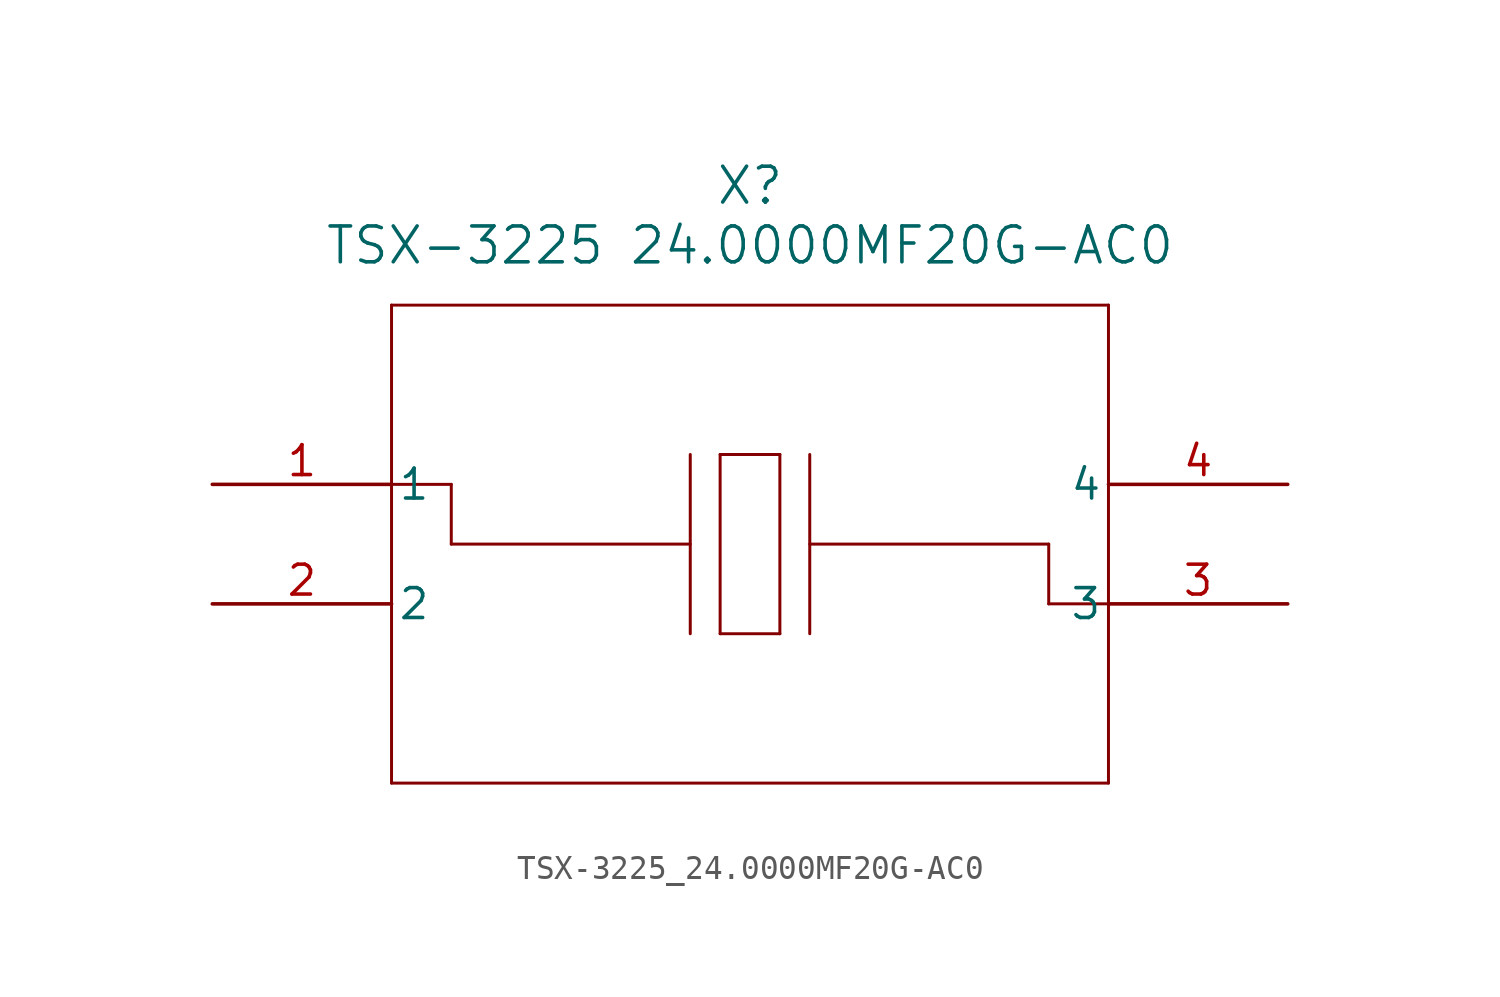
<source format=kicad_sym>
(kicad_symbol_lib
  (version 20211014)
  (generator kicad_symbol_editor)
  (symbol "TSX-3225_24.0000MF20G-AC0"
    (pin_names
      (offset 0.254))
    (property "Reference" "X"
      (at 22.86 12.7 0)
      (effects (font (size 1.524 1.524))))
    (property "Value" "TSX-3225 24.0000MF20G-AC0"
      (at 22.86 10.16 0)
      (effects (font (size 1.524 1.524))))
    (symbol "TSX-3225_24.0000MF20G-AC0_0_1"
      (polyline (pts (xy 7.62 7.62) (xy 7.62 -12.7)) (stroke (width 0.127) (type default) (color 0 0 0 0)) (fill (type none)))
      (polyline (pts (xy 7.62 -12.7) (xy 38.1 -12.7)) (stroke (width 0.127) (type default) (color 0 0 0 0)) (fill (type none)))
      (polyline (pts (xy 38.1 -12.7) (xy 38.1 7.62)) (stroke (width 0.127) (type default) (color 0 0 0 0)) (fill (type none)))
      (polyline (pts (xy 38.1 7.62) (xy 7.62 7.62)) (stroke (width 0.127) (type default) (color 0 0 0 0)) (fill (type none)))
      (polyline (pts (xy 21.59 1.27) (xy 21.59 -6.35)) (stroke (width 0.127) (type default) (color 0 0 0 0)) (fill (type none)))
      (polyline (pts (xy 24.13 1.27) (xy 24.13 -6.35)) (stroke (width 0.127) (type default) (color 0 0 0 0)) (fill (type none)))
      (polyline (pts (xy 24.13 -6.35) (xy 21.59 -6.35)) (stroke (width 0.127) (type default) (color 0 0 0 0)) (fill (type none)))
      (polyline (pts (xy 21.59 1.27) (xy 24.13 1.27)) (stroke (width 0.127) (type default) (color 0 0 0 0)) (fill (type none)))
      (polyline (pts (xy 25.4 1.27) (xy 25.4 -6.35)) (stroke (width 0.127) (type default) (color 0 0 0 0)) (fill (type none)))
      (polyline (pts (xy 20.32 1.27) (xy 20.32 -6.35)) (stroke (width 0.127) (type default) (color 0 0 0 0)) (fill (type none)))
      (polyline (pts (xy 7.62 0) (xy 10.16 0)) (stroke (width 0.127) (type default) (color 0 0 0 0)) (fill (type none)))
      (polyline (pts (xy 10.16 0) (xy 10.16 -2.54)) (stroke (width 0.127) (type default) (color 0 0 0 0)) (fill (type none)))
      (polyline (pts (xy 10.16 -2.54) (xy 20.32 -2.54)) (stroke (width 0.127) (type default) (color 0 0 0 0)) (fill (type none)))
      (polyline (pts (xy 38.1 -5.08) (xy 35.56 -5.08)) (stroke (width 0.127) (type default) (color 0 0 0 0)) (fill (type none)))
      (polyline (pts (xy 35.56 -5.08) (xy 35.56 -2.54)) (stroke (width 0.127) (type default) (color 0 0 0 0)) (fill (type none)))
      (polyline (pts (xy 35.56 -2.54) (xy 25.4 -2.54)) (stroke (width 0.127) (type default) (color 0 0 0 0)) (fill (type none)))
      (pin unspecified line (at 0 0 0) (length 7.62) (name "1" (effects (font (size 1.27 1.27)))) (number "1" (effects (font (size 1.27 1.27)))))
      (pin unspecified line (at 0 -5.08 0) (length 7.62) (name "2" (effects (font (size 1.27 1.27)))) (number "2" (effects (font (size 1.27 1.27)))))
      (pin unspecified line (at 45.72 -5.08 180) (length 7.62) (name "3" (effects (font (size 1.27 1.27)))) (number "3" (effects (font (size 1.27 1.27)))))
      (pin unspecified line (at 45.72 0 180) (length 7.62) (name "4" (effects (font (size 1.27 1.27)))) (number "4" (effects (font (size 1.27 1.27))))))))
</source>
